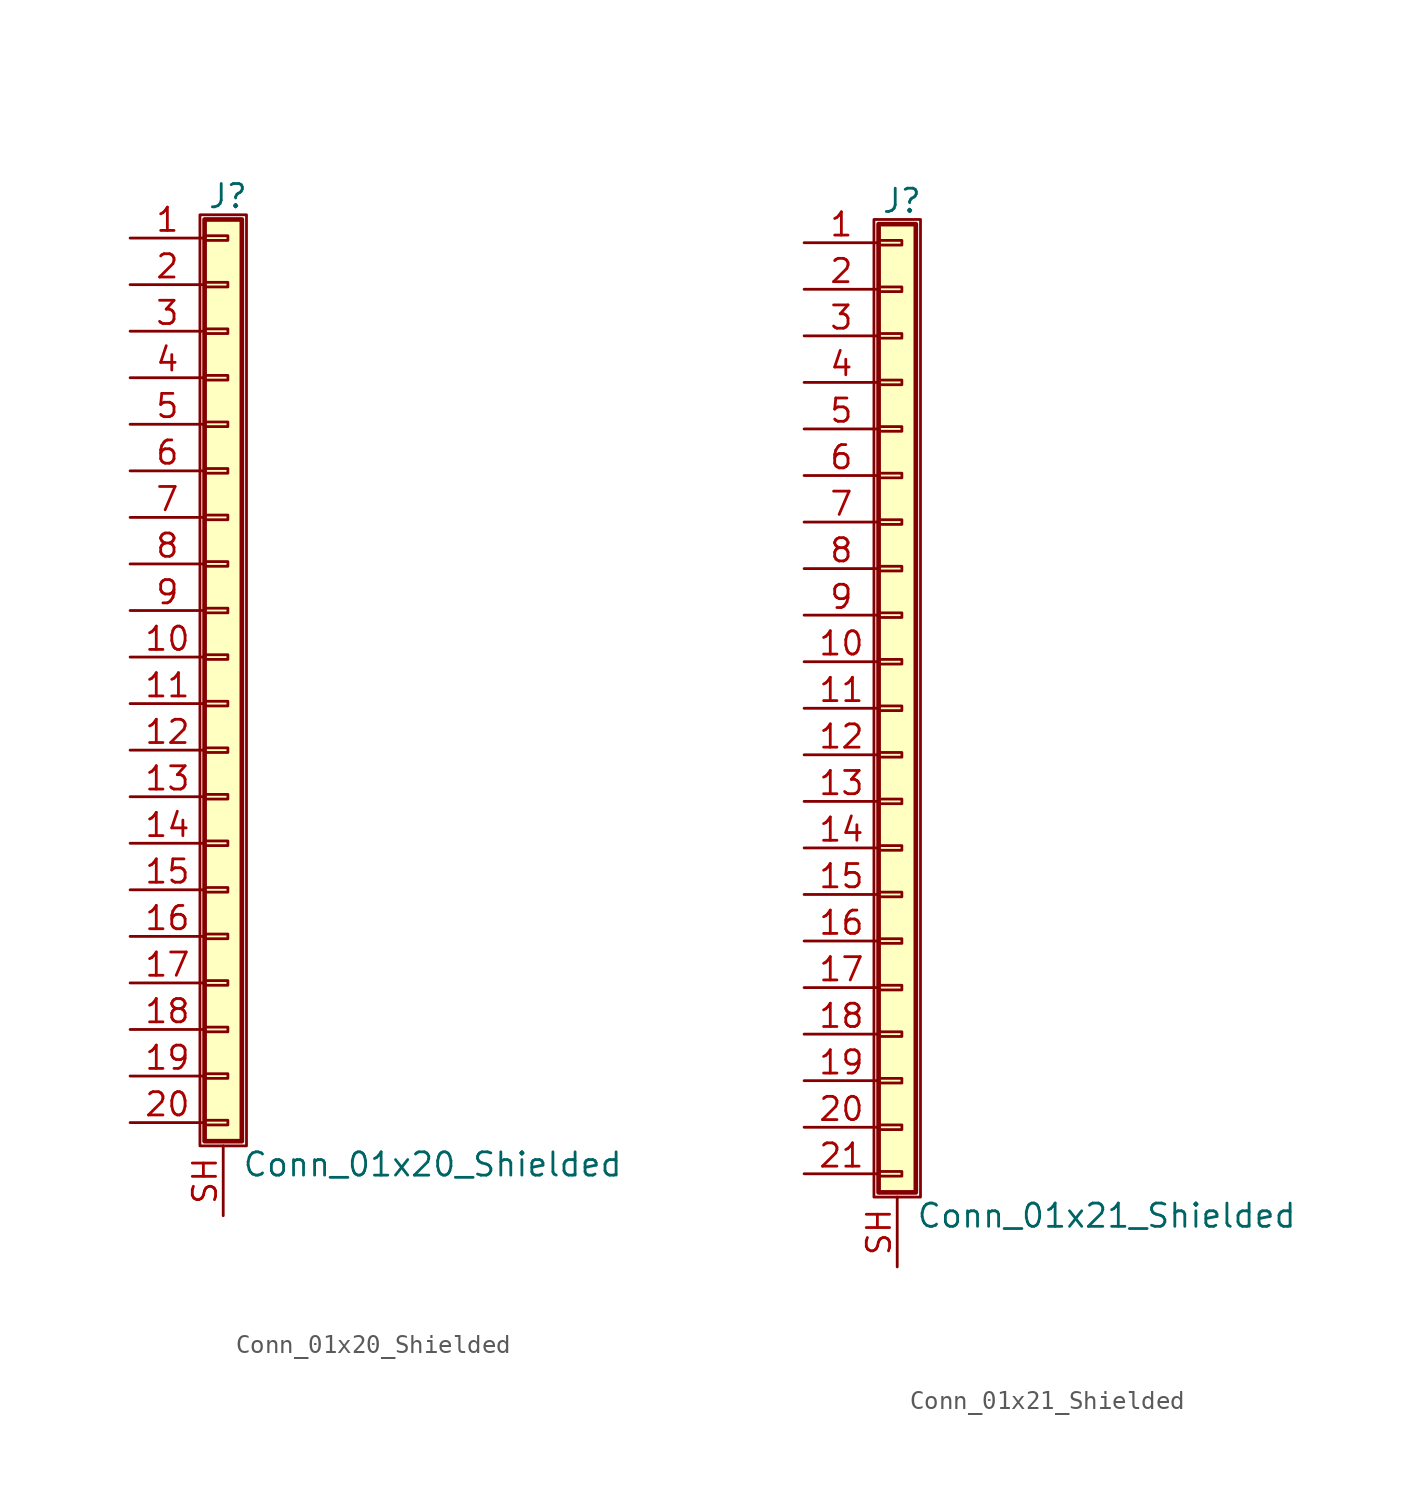
<source format=kicad_sym>
(kicad_symbol_lib
  (version 20201005)
  (generator kicad_symbol_editor)
  (symbol "Conn_01x20_Shielded"
    (pin_names
      (offset 1.016) hide)
    (property "Reference" "J"
      (at 0.254 25.146 0)
      (effects (font (size 1.27 1.27))))
    (property "Value" "Conn_01x20_Shielded"
      (at 1.016 -27.686 0)
      (effects (font (size 1.27 1.27)) (justify left)))
    (symbol "Conn_01x20_Shielded_1_1"
      (rectangle (start -1.27 24.13) (end 1.27 -26.67) (stroke (width 0.152)) (fill (type none)))
      (rectangle (start -1.016 -25.273) (end 0.254 -25.527) (stroke (width 0.152)) (fill (type none)))
      (rectangle (start -1.016 -22.733) (end 0.254 -22.987) (stroke (width 0.152)) (fill (type none)))
      (rectangle (start -1.016 -20.193) (end 0.254 -20.447) (stroke (width 0.152)) (fill (type none)))
      (rectangle (start -1.016 -17.653) (end 0.254 -17.907) (stroke (width 0.152)) (fill (type none)))
      (rectangle (start -1.016 -15.113) (end 0.254 -15.367) (stroke (width 0.152)) (fill (type none)))
      (rectangle (start -1.016 -12.573) (end 0.254 -12.827) (stroke (width 0.152)) (fill (type none)))
      (rectangle (start -1.016 -10.033) (end 0.254 -10.287) (stroke (width 0.152)) (fill (type none)))
      (rectangle (start -1.016 -7.493) (end 0.254 -7.747) (stroke (width 0.152)) (fill (type none)))
      (rectangle (start -1.016 -4.953) (end 0.254 -5.207) (stroke (width 0.152)) (fill (type none)))
      (rectangle (start -1.016 -2.413) (end 0.254 -2.667) (stroke (width 0.152)) (fill (type none)))
      (rectangle (start -1.016 0.127) (end 0.254 -0.127) (stroke (width 0.152)) (fill (type none)))
      (rectangle (start -1.016 2.667) (end 0.254 2.413) (stroke (width 0.152)) (fill (type none)))
      (rectangle (start -1.016 5.207) (end 0.254 4.953) (stroke (width 0.152)) (fill (type none)))
      (rectangle (start -1.016 7.747) (end 0.254 7.493) (stroke (width 0.152)) (fill (type none)))
      (rectangle (start -1.016 10.287) (end 0.254 10.033) (stroke (width 0.152)) (fill (type none)))
      (rectangle (start -1.016 12.827) (end 0.254 12.573) (stroke (width 0.152)) (fill (type none)))
      (rectangle (start -1.016 15.367) (end 0.254 15.113) (stroke (width 0.152)) (fill (type none)))
      (rectangle (start -1.016 17.907) (end 0.254 17.653) (stroke (width 0.152)) (fill (type none)))
      (rectangle (start -1.016 20.447) (end 0.254 20.193) (stroke (width 0.152)) (fill (type none)))
      (rectangle (start -1.016 22.987) (end 0.254 22.733) (stroke (width 0.152)) (fill (type none)))
      (rectangle (start -1.016 23.876) (end 1.016 -26.416) (stroke (width 0.254)) (fill (type background)))
      (pin passive line (at -5.08 22.86 0) (length 4.064) (name "Pin_1" (effects (font (size 1.27 1.27)))) (number "1" (effects (font (size 1.27 1.27)))))
      (pin passive line (at -5.08 0 0) (length 4.064) (name "Pin_10" (effects (font (size 1.27 1.27)))) (number "10" (effects (font (size 1.27 1.27)))))
      (pin passive line (at -5.08 -2.54 0) (length 4.064) (name "Pin_11" (effects (font (size 1.27 1.27)))) (number "11" (effects (font (size 1.27 1.27)))))
      (pin passive line (at -5.08 -5.08 0) (length 4.064) (name "Pin_12" (effects (font (size 1.27 1.27)))) (number "12" (effects (font (size 1.27 1.27)))))
      (pin passive line (at -5.08 -7.62 0) (length 4.064) (name "Pin_13" (effects (font (size 1.27 1.27)))) (number "13" (effects (font (size 1.27 1.27)))))
      (pin passive line (at -5.08 -10.16 0) (length 4.064) (name "Pin_14" (effects (font (size 1.27 1.27)))) (number "14" (effects (font (size 1.27 1.27)))))
      (pin passive line (at -5.08 -12.7 0) (length 4.064) (name "Pin_15" (effects (font (size 1.27 1.27)))) (number "15" (effects (font (size 1.27 1.27)))))
      (pin passive line (at -5.08 -15.24 0) (length 4.064) (name "Pin_16" (effects (font (size 1.27 1.27)))) (number "16" (effects (font (size 1.27 1.27)))))
      (pin passive line (at -5.08 -17.78 0) (length 4.064) (name "Pin_17" (effects (font (size 1.27 1.27)))) (number "17" (effects (font (size 1.27 1.27)))))
      (pin passive line (at -5.08 -20.32 0) (length 4.064) (name "Pin_18" (effects (font (size 1.27 1.27)))) (number "18" (effects (font (size 1.27 1.27)))))
      (pin passive line (at -5.08 -22.86 0) (length 4.064) (name "Pin_19" (effects (font (size 1.27 1.27)))) (number "19" (effects (font (size 1.27 1.27)))))
      (pin passive line (at -5.08 20.32 0) (length 4.064) (name "Pin_2" (effects (font (size 1.27 1.27)))) (number "2" (effects (font (size 1.27 1.27)))))
      (pin passive line (at -5.08 -25.4 0) (length 4.064) (name "Pin_20" (effects (font (size 1.27 1.27)))) (number "20" (effects (font (size 1.27 1.27)))))
      (pin passive line (at -5.08 17.78 0) (length 4.064) (name "Pin_3" (effects (font (size 1.27 1.27)))) (number "3" (effects (font (size 1.27 1.27)))))
      (pin passive line (at -5.08 15.24 0) (length 4.064) (name "Pin_4" (effects (font (size 1.27 1.27)))) (number "4" (effects (font (size 1.27 1.27)))))
      (pin passive line (at -5.08 12.7 0) (length 4.064) (name "Pin_5" (effects (font (size 1.27 1.27)))) (number "5" (effects (font (size 1.27 1.27)))))
      (pin passive line (at -5.08 10.16 0) (length 4.064) (name "Pin_6" (effects (font (size 1.27 1.27)))) (number "6" (effects (font (size 1.27 1.27)))))
      (pin passive line (at -5.08 7.62 0) (length 4.064) (name "Pin_7" (effects (font (size 1.27 1.27)))) (number "7" (effects (font (size 1.27 1.27)))))
      (pin passive line (at -5.08 5.08 0) (length 4.064) (name "Pin_8" (effects (font (size 1.27 1.27)))) (number "8" (effects (font (size 1.27 1.27)))))
      (pin passive line (at -5.08 2.54 0) (length 4.064) (name "Pin_9" (effects (font (size 1.27 1.27)))) (number "9" (effects (font (size 1.27 1.27)))))
      (pin passive line (at 0 -30.48 90) (length 3.81) (name "Shield" (effects (font (size 1.27 1.27)))) (number "SH" (effects (font (size 1.27 1.27)))))))
  (symbol "Conn_01x21_Shielded"
    (pin_names
      (offset 1.016) hide)
    (property "Reference" "J"
      (at 0.254 27.686 0)
      (effects (font (size 1.27 1.27))))
    (property "Value" "Conn_01x21_Shielded"
      (at 1.016 -27.686 0)
      (effects (font (size 1.27 1.27)) (justify left)))
    (symbol "Conn_01x21_Shielded_1_1"
      (rectangle (start -1.27 26.67) (end 1.27 -26.67) (stroke (width 0.152)) (fill (type none)))
      (rectangle (start -1.016 -25.273) (end 0.254 -25.527) (stroke (width 0.152)) (fill (type none)))
      (rectangle (start -1.016 -22.733) (end 0.254 -22.987) (stroke (width 0.152)) (fill (type none)))
      (rectangle (start -1.016 -20.193) (end 0.254 -20.447) (stroke (width 0.152)) (fill (type none)))
      (rectangle (start -1.016 -17.653) (end 0.254 -17.907) (stroke (width 0.152)) (fill (type none)))
      (rectangle (start -1.016 -15.113) (end 0.254 -15.367) (stroke (width 0.152)) (fill (type none)))
      (rectangle (start -1.016 -12.573) (end 0.254 -12.827) (stroke (width 0.152)) (fill (type none)))
      (rectangle (start -1.016 -10.033) (end 0.254 -10.287) (stroke (width 0.152)) (fill (type none)))
      (rectangle (start -1.016 -7.493) (end 0.254 -7.747) (stroke (width 0.152)) (fill (type none)))
      (rectangle (start -1.016 -4.953) (end 0.254 -5.207) (stroke (width 0.152)) (fill (type none)))
      (rectangle (start -1.016 -2.413) (end 0.254 -2.667) (stroke (width 0.152)) (fill (type none)))
      (rectangle (start -1.016 0.127) (end 0.254 -0.127) (stroke (width 0.152)) (fill (type none)))
      (rectangle (start -1.016 2.667) (end 0.254 2.413) (stroke (width 0.152)) (fill (type none)))
      (rectangle (start -1.016 5.207) (end 0.254 4.953) (stroke (width 0.152)) (fill (type none)))
      (rectangle (start -1.016 7.747) (end 0.254 7.493) (stroke (width 0.152)) (fill (type none)))
      (rectangle (start -1.016 10.287) (end 0.254 10.033) (stroke (width 0.152)) (fill (type none)))
      (rectangle (start -1.016 12.827) (end 0.254 12.573) (stroke (width 0.152)) (fill (type none)))
      (rectangle (start -1.016 15.367) (end 0.254 15.113) (stroke (width 0.152)) (fill (type none)))
      (rectangle (start -1.016 17.907) (end 0.254 17.653) (stroke (width 0.152)) (fill (type none)))
      (rectangle (start -1.016 20.447) (end 0.254 20.193) (stroke (width 0.152)) (fill (type none)))
      (rectangle (start -1.016 22.987) (end 0.254 22.733) (stroke (width 0.152)) (fill (type none)))
      (rectangle (start -1.016 25.527) (end 0.254 25.273) (stroke (width 0.152)) (fill (type none)))
      (rectangle (start -1.016 26.416) (end 1.016 -26.416) (stroke (width 0.254)) (fill (type background)))
      (pin passive line (at -5.08 25.4 0) (length 4.064) (name "Pin_1" (effects (font (size 1.27 1.27)))) (number "1" (effects (font (size 1.27 1.27)))))
      (pin passive line (at -5.08 2.54 0) (length 4.064) (name "Pin_10" (effects (font (size 1.27 1.27)))) (number "10" (effects (font (size 1.27 1.27)))))
      (pin passive line (at -5.08 0 0) (length 4.064) (name "Pin_11" (effects (font (size 1.27 1.27)))) (number "11" (effects (font (size 1.27 1.27)))))
      (pin passive line (at -5.08 -2.54 0) (length 4.064) (name "Pin_12" (effects (font (size 1.27 1.27)))) (number "12" (effects (font (size 1.27 1.27)))))
      (pin passive line (at -5.08 -5.08 0) (length 4.064) (name "Pin_13" (effects (font (size 1.27 1.27)))) (number "13" (effects (font (size 1.27 1.27)))))
      (pin passive line (at -5.08 -7.62 0) (length 4.064) (name "Pin_14" (effects (font (size 1.27 1.27)))) (number "14" (effects (font (size 1.27 1.27)))))
      (pin passive line (at -5.08 -10.16 0) (length 4.064) (name "Pin_15" (effects (font (size 1.27 1.27)))) (number "15" (effects (font (size 1.27 1.27)))))
      (pin passive line (at -5.08 -12.7 0) (length 4.064) (name "Pin_16" (effects (font (size 1.27 1.27)))) (number "16" (effects (font (size 1.27 1.27)))))
      (pin passive line (at -5.08 -15.24 0) (length 4.064) (name "Pin_17" (effects (font (size 1.27 1.27)))) (number "17" (effects (font (size 1.27 1.27)))))
      (pin passive line (at -5.08 -17.78 0) (length 4.064) (name "Pin_18" (effects (font (size 1.27 1.27)))) (number "18" (effects (font (size 1.27 1.27)))))
      (pin passive line (at -5.08 -20.32 0) (length 4.064) (name "Pin_19" (effects (font (size 1.27 1.27)))) (number "19" (effects (font (size 1.27 1.27)))))
      (pin passive line (at -5.08 22.86 0) (length 4.064) (name "Pin_2" (effects (font (size 1.27 1.27)))) (number "2" (effects (font (size 1.27 1.27)))))
      (pin passive line (at -5.08 -22.86 0) (length 4.064) (name "Pin_20" (effects (font (size 1.27 1.27)))) (number "20" (effects (font (size 1.27 1.27)))))
      (pin passive line (at -5.08 -25.4 0) (length 4.064) (name "Pin_21" (effects (font (size 1.27 1.27)))) (number "21" (effects (font (size 1.27 1.27)))))
      (pin passive line (at -5.08 20.32 0) (length 4.064) (name "Pin_3" (effects (font (size 1.27 1.27)))) (number "3" (effects (font (size 1.27 1.27)))))
      (pin passive line (at -5.08 17.78 0) (length 4.064) (name "Pin_4" (effects (font (size 1.27 1.27)))) (number "4" (effects (font (size 1.27 1.27)))))
      (pin passive line (at -5.08 15.24 0) (length 4.064) (name "Pin_5" (effects (font (size 1.27 1.27)))) (number "5" (effects (font (size 1.27 1.27)))))
      (pin passive line (at -5.08 12.7 0) (length 4.064) (name "Pin_6" (effects (font (size 1.27 1.27)))) (number "6" (effects (font (size 1.27 1.27)))))
      (pin passive line (at -5.08 10.16 0) (length 4.064) (name "Pin_7" (effects (font (size 1.27 1.27)))) (number "7" (effects (font (size 1.27 1.27)))))
      (pin passive line (at -5.08 7.62 0) (length 4.064) (name "Pin_8" (effects (font (size 1.27 1.27)))) (number "8" (effects (font (size 1.27 1.27)))))
      (pin passive line (at -5.08 5.08 0) (length 4.064) (name "Pin_9" (effects (font (size 1.27 1.27)))) (number "9" (effects (font (size 1.27 1.27)))))
      (pin passive line (at 0 -30.48 90) (length 3.81) (name "Shield" (effects (font (size 1.27 1.27)))) (number "SH" (effects (font (size 1.27 1.27))))))))
</source>
